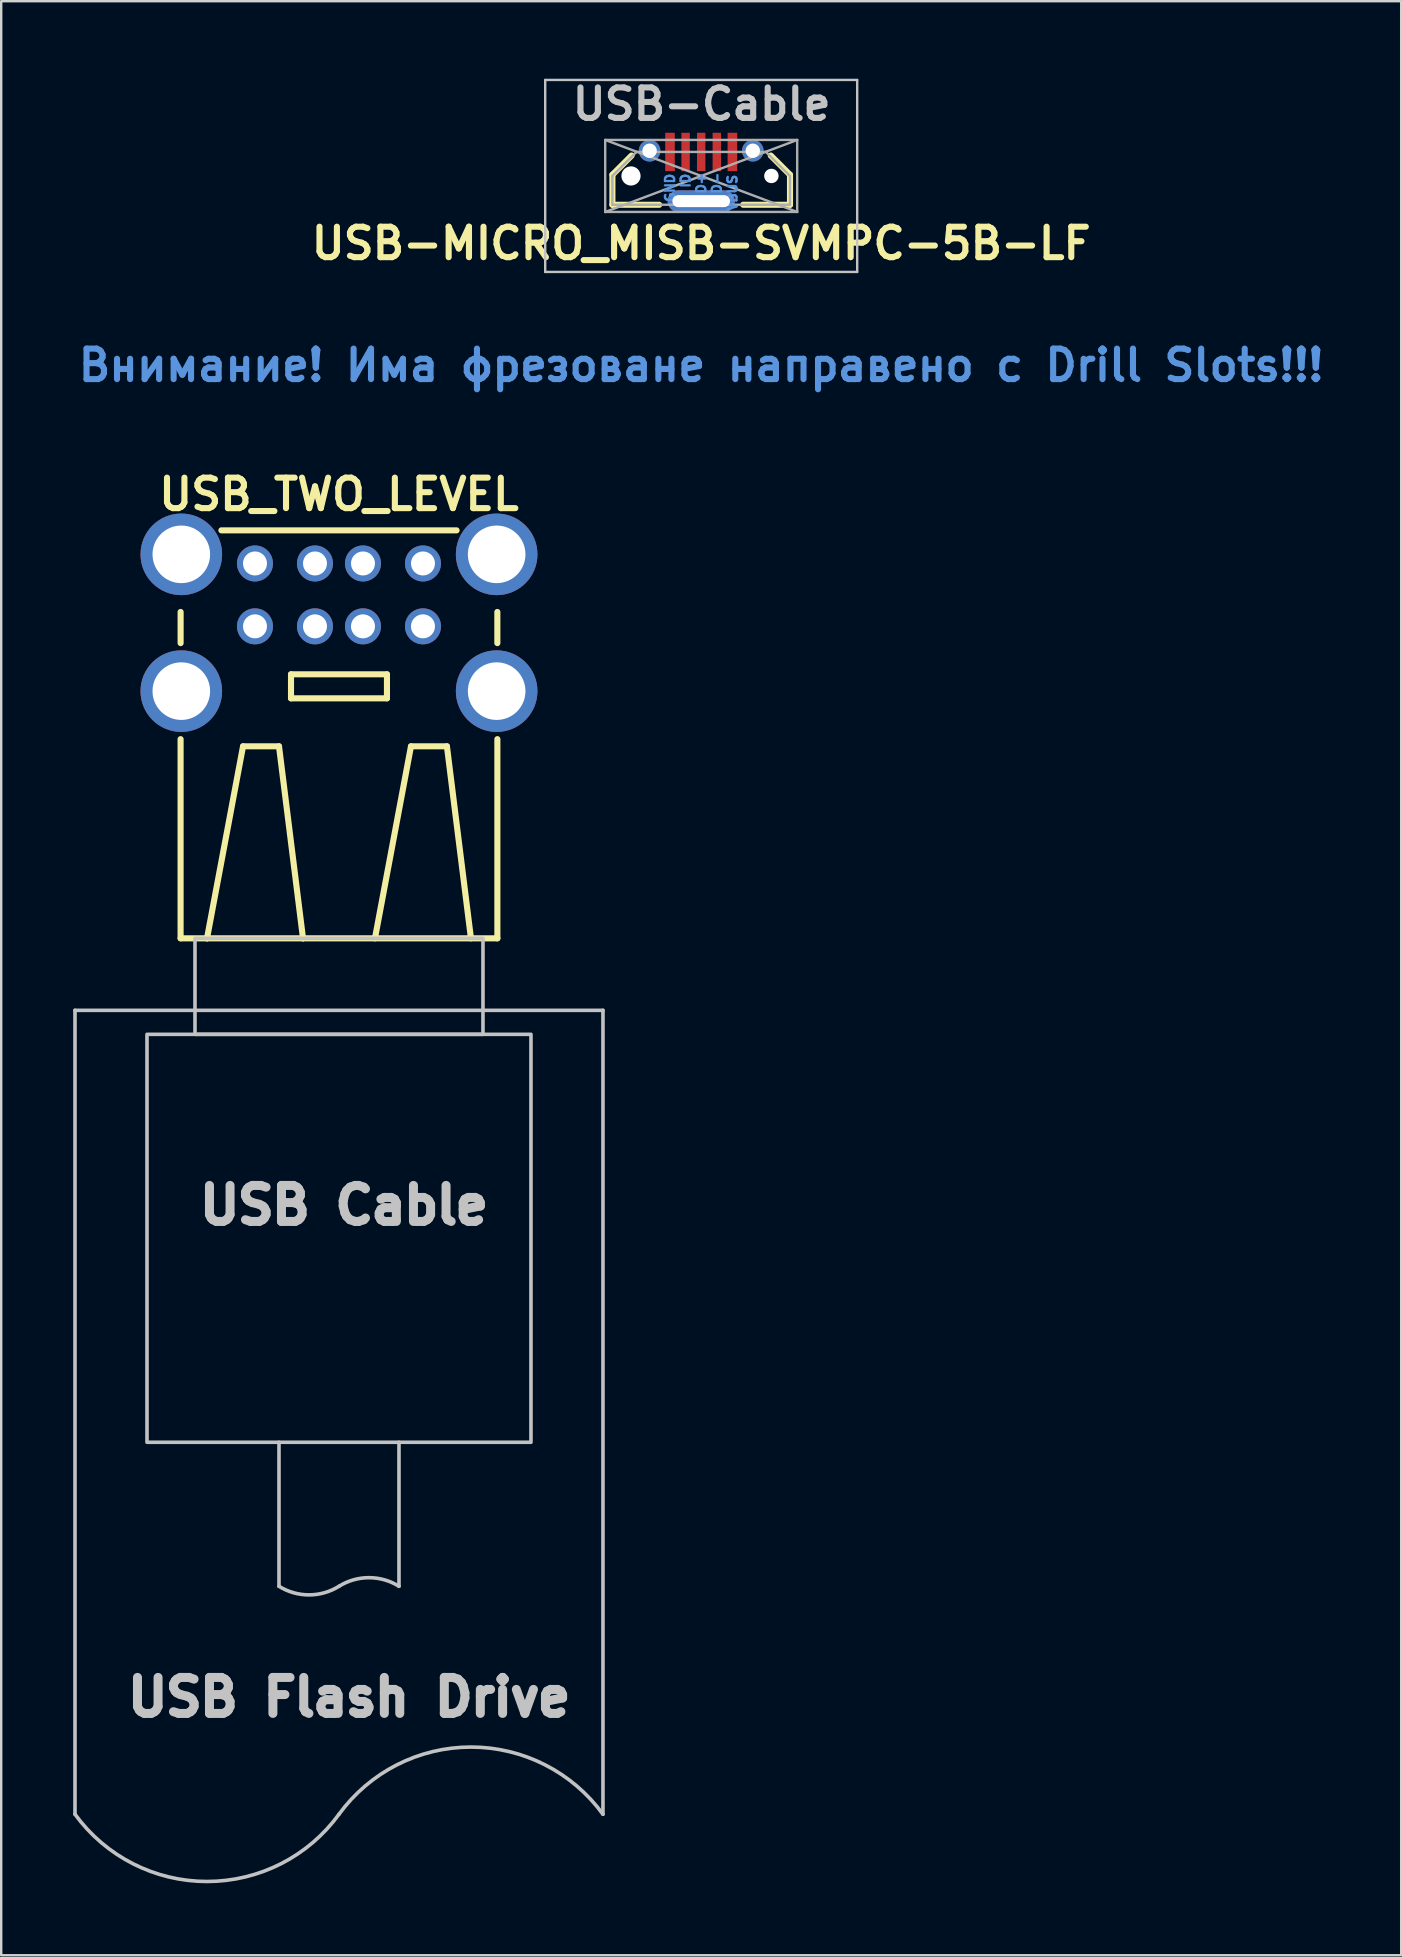
<source format=kicad_pcb>
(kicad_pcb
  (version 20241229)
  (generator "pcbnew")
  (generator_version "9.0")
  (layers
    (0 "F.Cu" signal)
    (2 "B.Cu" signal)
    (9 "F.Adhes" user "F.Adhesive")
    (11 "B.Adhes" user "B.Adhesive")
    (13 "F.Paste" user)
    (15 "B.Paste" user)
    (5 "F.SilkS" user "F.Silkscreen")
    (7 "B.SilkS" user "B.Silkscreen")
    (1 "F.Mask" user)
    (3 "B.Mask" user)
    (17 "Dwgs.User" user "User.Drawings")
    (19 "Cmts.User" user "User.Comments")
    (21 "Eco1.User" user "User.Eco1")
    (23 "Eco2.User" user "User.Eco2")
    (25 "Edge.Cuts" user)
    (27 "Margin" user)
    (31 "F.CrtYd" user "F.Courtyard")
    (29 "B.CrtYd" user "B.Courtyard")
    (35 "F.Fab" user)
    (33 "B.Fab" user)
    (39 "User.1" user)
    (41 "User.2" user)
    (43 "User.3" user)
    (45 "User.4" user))
  (footprint "USB-MICRO_MISB-SVMPC-5B-LF"
    (layer "F.Cu")
    (at 26.168 3.282)
    (property "Reference" "USB-MICRO_MISB-SVMPC-5B-LF" (at 0 3.81 180) (layer "F.SilkS") (effects (font (size 1.27 1.27) (thickness 0.254) (bold yes))))
    (attr smd)
    (fp_line (start -3.7 0.95) (end -3.7 2.2) (stroke (width 0.254) (type solid)) (layer "F.SilkS"))
    (fp_line (start -3.7 0.95) (end -2.9 0.15) (stroke (width 0.254) (type solid)) (layer "F.SilkS"))
    (fp_line (start -3.7 2.2) (end -1.75 2.2) (stroke (width 0.254) (type solid)) (layer "F.SilkS"))
    (fp_line (start 1.75 2.2) (end 3.7 2.2) (stroke (width 0.254) (type solid)) (layer "F.SilkS"))
    (fp_line (start 3.7 0.95) (end 2.9 0.15) (stroke (width 0.254) (type solid)) (layer "F.SilkS"))
    (fp_line (start 3.7 0.95) (end 3.7 2.2) (stroke (width 0.254) (type solid)) (layer "F.SilkS"))
    (fp_line (start -6.5 -3) (end -6.5 5) (stroke (width 0.1) (type default)) (layer "Dwgs.User"))
    (fp_line (start -6.5 5) (end 6.5 5) (stroke (width 0.1) (type default)) (layer "Dwgs.User"))
    (fp_line (start 6.5 -3) (end -6.5 -3) (stroke (width 0.1) (type default)) (layer "Dwgs.User"))
    (fp_line (start 6.5 5) (end 6.5 -3) (stroke (width 0.1) (type default)) (layer "Dwgs.User"))
    (fp_line (start -4 -0.5) (end 4 -0.5) (stroke (width 0.1) (type default)) (layer "F.Fab"))
    (fp_line (start -4 -0.5) (end 4 2.5) (stroke (width 0.1) (type default)) (layer "F.Fab"))
    (fp_line (start -4 2.5) (end -4 -0.5) (stroke (width 0.1) (type default)) (layer "F.Fab"))
    (fp_line (start -3.7 1) (end -2.7 0) (stroke (width 0.1) (type default)) (layer "F.Fab"))
    (fp_line (start -3.7 2.2) (end -3.7 1) (stroke (width 0.1) (type default)) (layer "F.Fab"))
    (fp_line (start -2.7 0) (end 2.7 0) (stroke (width 0.1) (type default)) (layer "F.Fab"))
    (fp_line (start 2.7 0) (end 3.7 1) (stroke (width 0.1) (type default)) (layer "F.Fab"))
    (fp_line (start 3.7 1) (end 3.7 2.2) (stroke (width 0.1) (type default)) (layer "F.Fab"))
    (fp_line (start 3.7 2.2) (end -3.7 2.2) (stroke (width 0.1) (type default)) (layer "F.Fab"))
    (fp_line (start 4 -0.5) (end -4 2.5) (stroke (width 0.1) (type default)) (layer "F.Fab"))
    (fp_line (start 4 -0.5) (end 4 2.5) (stroke (width 0.1) (type default)) (layer "F.Fab"))
    (fp_line (start 4 2.5) (end -4 2.5) (stroke (width 0.1) (type default)) (layer "F.Fab"))
    (fp_text user "USB-Cable" (at -5.5 -1.25 0) (unlocked yes) (layer "Dwgs.User") (effects (font (size 1.27 1.27) (thickness 0.254) (bold yes)) (justify left bottom)))
    (fp_text user "ID" (at -0.65 1.2 90) (layer "Cmts.User") (effects (font (size 0.381 0.381) (thickness 0.095))))
    (fp_text user "Внимание! Има фрезоване направено с Drill Slots!!!" (at 0 8.89 180) (layer "Cmts.User") (effects (font (size 1.27 1.27) (thickness 0.254))))
    (fp_text user "D-" (at 0.65 1.3 90) (layer "Cmts.User") (effects (font (size 0.381 0.381) (thickness 0.095))))
    (fp_text user "D+" (at 0 1.3 90) (layer "Cmts.User") (effects (font (size 0.381 0.381) (thickness 0.095))))
    (fp_text user "VBUS" (at 1.3 1.7 90) (layer "Cmts.User") (effects (font (size 0.381 0.381) (thickness 0.095))))
    (fp_text user "GND" (at -1.3 1.5 90) (layer "Cmts.User") (effects (font (size 0.381 0.381) (thickness 0.095))))
    (pad "" np_thru_hole circle (at -2.925 1 180) (size 0.8 0.8) (drill 0.8) (layers "*.Cu" "*.Mask"))
    (pad "" smd rect (at -2.3 -0.05 180) (size 1 1.3) (layers "F.Paste"))
    (pad "" smd rect (at -1.325 -0.05 180) (size 0.45 1.7) (layers "F.Paste"))
    (pad "" smd rect (at -0.65 -0.05 180) (size 0.4 1.7) (layers "F.Paste"))
    (pad "" smd rect (at 0 -0.05 180) (size 0.4 1.7) (layers "F.Paste"))
    (pad "" smd rect (at 0 2.05 270) (size 1.3 3.2) (layers "F.Paste"))
    (pad "" smd rect (at 0.65 -0.05 180) (size 0.4 1.7) (layers "F.Paste"))
    (pad "" smd rect (at 1.325 -0.05 180) (size 0.45 1.7) (layers "F.Paste"))
    (pad "" smd rect (at 2.3 -0.05 180) (size 1 1.3) (layers "F.Paste"))
    (pad "" np_thru_hole circle (at 2.925 1 180) (size 0.6 0.6) (drill 0.6) (layers "*.Cu" "*.Mask"))
    (pad "0" thru_hole circle (at -2.15 -0.05) (size 0.9 0.9) (drill 0.6) (layers "*.Cu" "*.Mask"))
    (pad "0" thru_hole oval (at 0 2.05 270) (size 0.9 2.8) (drill oval 0.5 2.4) (layers "*.Cu" "*.Mask"))
    (pad "0" thru_hole circle (at 2.15 -0.05) (size 0.9 0.9) (drill 0.6) (layers "*.Cu" "*.Mask"))
    (pad "1" smd rect (at 1.3 0 180) (size 0.4 1.6) (layers "F.Cu" "F.Mask"))
    (pad "2" smd rect (at 0.65 0 180) (size 0.35 1.6) (layers "F.Cu" "F.Mask"))
    (pad "3" smd rect (at 0 0 180) (size 0.35 1.6) (layers "F.Cu" "F.Mask"))
    (pad "4" smd rect (at -0.65 0 180) (size 0.35 1.6) (layers "F.Cu" "F.Mask"))
    (pad "5" smd rect (at -1.3 0 180) (size 0.4 1.6) (layers "F.Cu" "F.Mask")))
  (footprint "USB_TWO_LEVEL"
    (layer "F.Cu")
    (at 11.075 23.049)
    (property "Reference" "USB_TWO_LEVEL" (at 0 -5.5 0) (layer "F.SilkS") (effects (font (size 1.27 1.27) (thickness 0.254))))
    (attr through_hole)
    (fp_line (start -6.6 4.7) (end -6.6 13) (stroke (width 0.254) (type solid)) (layer "F.SilkS"))
    (fp_line (start -6.599 -0.599) (end -6.599 0.699) (stroke (width 0.254) (type solid)) (layer "F.SilkS"))
    (fp_line (start -6.599 13) (end -5.499 13) (stroke (width 0.254) (type solid)) (layer "F.SilkS"))
    (fp_line (start -5.5 13) (end -1.5 13) (stroke (width 0.254) (type solid)) (layer "F.SilkS"))
    (fp_line (start -5.499 13) (end -3.998 4.999) (stroke (width 0.254) (type solid)) (layer "F.SilkS"))
    (fp_line (start -3.998 4.999) (end -2.499 4.999) (stroke (width 0.254) (type solid)) (layer "F.SilkS"))
    (fp_line (start -2.499 4.999) (end -1.499 13) (stroke (width 0.254) (type solid)) (layer "F.SilkS"))
    (fp_line (start -1.999 1.999) (end -1.999 3) (stroke (width 0.254) (type solid)) (layer "F.SilkS"))
    (fp_line (start -1.999 3) (end 1.999 3) (stroke (width 0.254) (type solid)) (layer "F.SilkS"))
    (fp_line (start -1.5 13) (end 6.6 13) (stroke (width 0.254) (type solid)) (layer "F.SilkS"))
    (fp_line (start 1.499 13) (end 3 4.999) (stroke (width 0.254) (type solid)) (layer "F.SilkS"))
    (fp_line (start 1.999 1.999) (end -1.999 1.999) (stroke (width 0.254) (type solid)) (layer "F.SilkS"))
    (fp_line (start 1.999 3) (end 1.999 1.999) (stroke (width 0.254) (type solid)) (layer "F.SilkS"))
    (fp_line (start 3 4.999) (end 4.498 4.999) (stroke (width 0.254) (type solid)) (layer "F.SilkS"))
    (fp_line (start 4.498 4.999) (end 5.499 13) (stroke (width 0.254) (type solid)) (layer "F.SilkS"))
    (fp_line (start 4.9 -4) (end -4.9 -4) (stroke (width 0.254) (type solid)) (layer "F.SilkS"))
    (fp_line (start 6.599 0.699) (end 6.599 -0.599) (stroke (width 0.254) (type solid)) (layer "F.SilkS"))
    (fp_line (start 6.6 13) (end 6.6 4.7) (stroke (width 0.254) (type solid)) (layer "F.SilkS"))
    (fp_line (start -11 16) (end 11 16) (stroke (width 0.15) (type solid)) (layer "Dwgs.User"))
    (fp_line (start -11 49.5) (end -11 16) (stroke (width 0.15) (type solid)) (layer "Dwgs.User"))
    (fp_line (start -2.5 40) (end -2.5 34) (stroke (width 0.15) (type default)) (layer "Dwgs.User"))
    (fp_line (start 2.5 40) (end 2.5 34) (stroke (width 0.15) (type default)) (layer "Dwgs.User"))
    (fp_line (start 11 16) (end 11 49.5) (stroke (width 0.15) (type solid)) (layer "Dwgs.User"))
    (fp_rect (start -8 17) (end 8 34) (stroke (width 0.15) (type default)) (fill no) (layer "Dwgs.User"))
    (fp_rect (start -6 13) (end 6 17) (stroke (width 0.15) (type default)) (fill no) (layer "Dwgs.User"))
    (fp_arc (start 0 40) (mid -1.25 40.358495) (end -2.5 40) (stroke (width 0.15) (type default)) (layer "Dwgs.User"))
    (fp_arc (start 0 40) (mid 1.25 39.641505) (end 2.5 40) (stroke (width 0.15) (type default)) (layer "Dwgs.User"))
    (fp_arc (start 0 49.5) (mid -5.5 52.300735) (end -11 49.5) (stroke (width 0.15) (type default)) (layer "Dwgs.User"))
    (fp_arc (start 0 49.5) (mid 5.500001 46.699265) (end 11.000001 49.5) (stroke (width 0.15) (type default)) (layer "Dwgs.User"))
    (fp_text user "USB Flash Drive" (at -9 45.5 0) (unlocked yes) (layer "Dwgs.User") (effects (font (size 1.5 1.5) (thickness 0.375) (bold yes)) (justify left bottom)))
    (fp_text user "USB Cable" (at -6 25 0) (unlocked yes) (layer "Dwgs.User") (effects (font (size 1.5 1.5) (thickness 0.375) (bold yes)) (justify left bottom)))
    (pad "0" thru_hole circle (at -6.57 -3) (size 3.4 3.4) (drill 2.4) (layers "*.Cu" "*.Mask"))
    (pad "0" thru_hole circle (at -6.57 2.7) (size 3.4 3.4) (drill 2.4) (layers "*.Cu" "*.Mask"))
    (pad "0" thru_hole circle (at 6.57 -3) (size 3.4 3.4) (drill 2.4) (layers "*.Cu" "*.Mask"))
    (pad "0" thru_hole circle (at 6.57 2.7) (size 3.4 3.4) (drill 2.4) (layers "*.Cu" "*.Mask"))
    (pad "1.1" thru_hole circle (at -3.5 -2.62) (size 1.5 1.5) (drill 1) (layers "*.Cu" "*.Mask"))
    (pad "1.2" thru_hole circle (at -1 -2.62) (size 1.5 1.5) (drill 1) (layers "*.Cu" "*.Mask"))
    (pad "1.3" thru_hole circle (at 1 -2.62) (size 1.5 1.5) (drill 1) (layers "*.Cu" "*.Mask"))
    (pad "1.4" thru_hole circle (at 3.5 -2.62) (size 1.5 1.5) (drill 1) (layers "*.Cu" "*.Mask"))
    (pad "2.1" thru_hole circle (at -3.5 0) (size 1.5 1.5) (drill 1) (layers "*.Cu" "*.Mask"))
    (pad "2.2" thru_hole circle (at -1 0) (size 1.5 1.5) (drill 1) (layers "*.Cu" "*.Mask"))
    (pad "2.3" thru_hole circle (at 1 0) (size 1.5 1.5) (drill 1) (layers "*.Cu" "*.Mask"))
    (pad "2.4" thru_hole circle (at 3.5 0) (size 1.5 1.5) (drill 1) (layers "*.Cu" "*.Mask")))
  (gr_rect
    (start -3 -3)
    (end 55.336 78.425)
    (stroke (width 0.1) (type default))
    (fill no)
    (layer "Edge.Cuts")))
</source>
